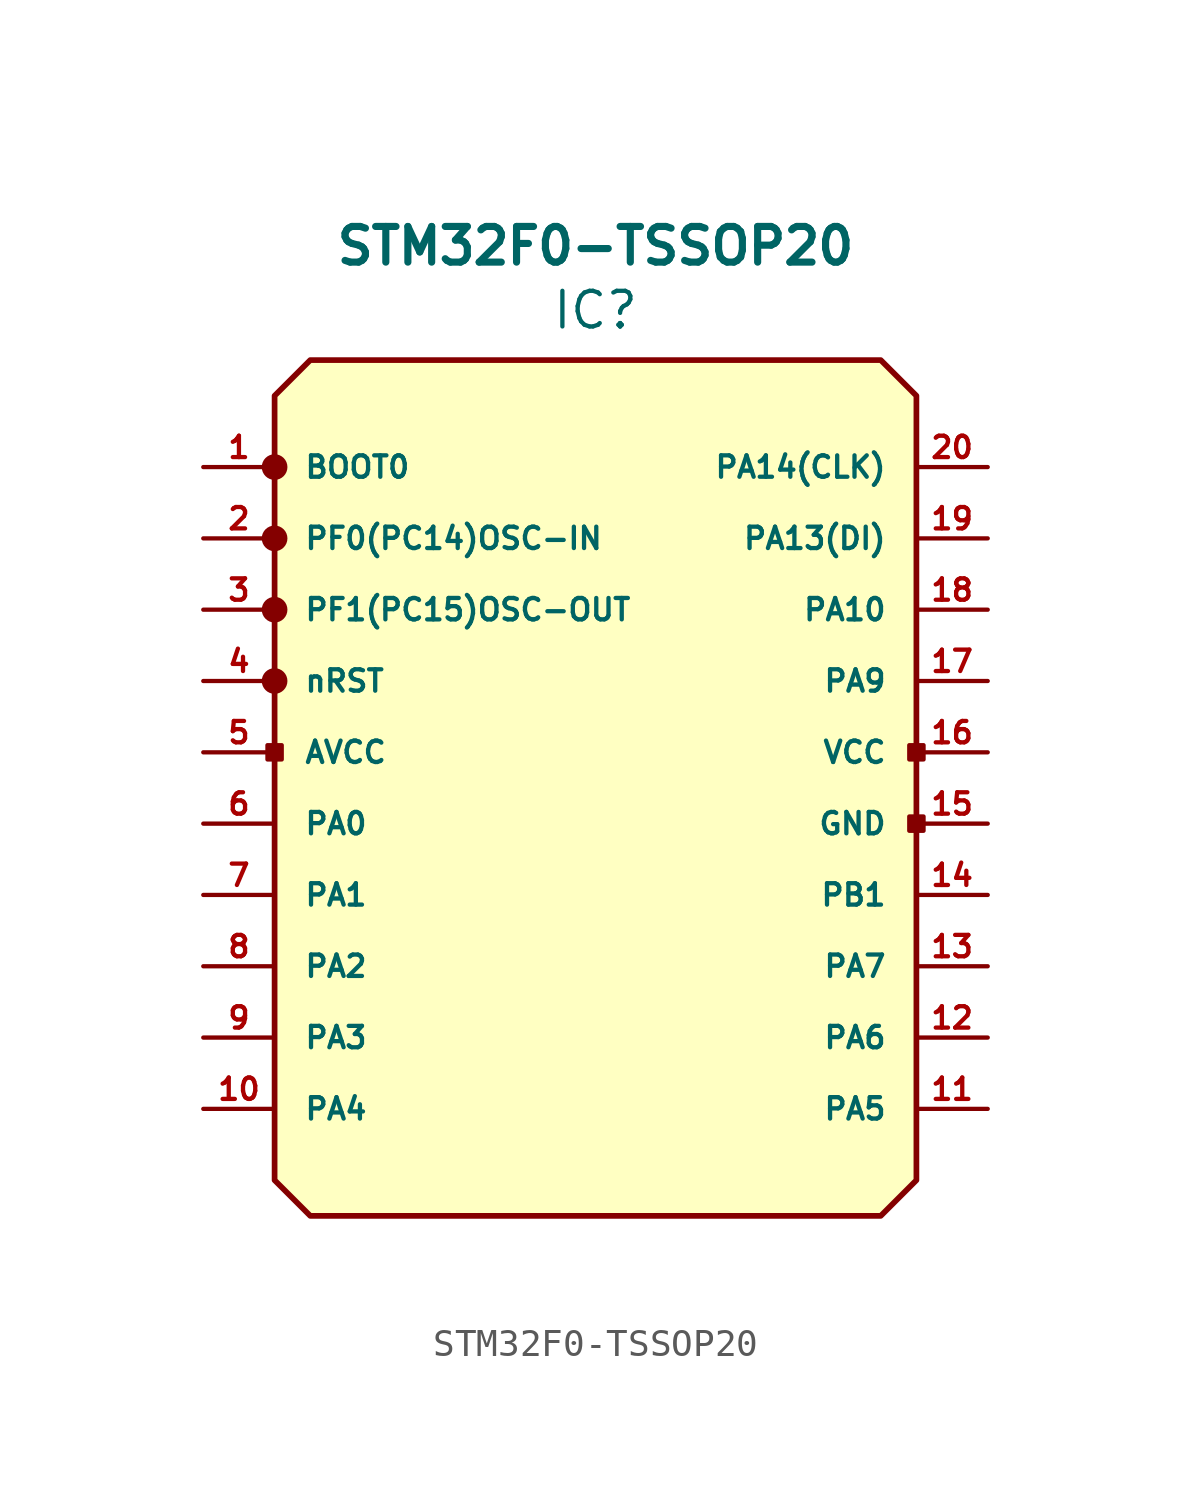
<source format=kicad_sym>
(kicad_symbol_lib
  (version 20231120)
  (generator "kicad_symbol_editor")
  (generator_version "8.0")
  (symbol "STM32F0-TSSOP20"
    (pin_names
      (offset 1.016))
    (property "Reference" "IC"
      (at 0 17.018 0)
      (effects (font (size 1.27 1.27))))
    (property "Value" "STM32F0-TSSOP20"
      (at 0 19.304 0)
      (effects (font (size 1.27 1.27) (bold yes))))
    (symbol "STM32F0-TSSOP20_0_1"
      (circle (center -11.43 3.81) (radius 0.381) (stroke (width 0) (type solid)) (fill (type outline)))
      (circle (center -11.43 6.35) (radius 0.381) (stroke (width 0) (type solid)) (fill (type outline)))
      (circle (center -11.43 8.89) (radius 0.381) (stroke (width 0) (type solid)) (fill (type outline)))
      (circle (center -11.43 11.43) (radius 0.381) (stroke (width 0) (type solid)) (fill (type outline)))
      (polyline (pts (xy -11.684 1.524) (xy -11.684 1.016) (xy -11.176 1.016) (xy -11.176 1.524) (xy -11.684 1.524)) (stroke (width 0) (type solid)) (fill (type outline)))
      (polyline (pts (xy 11.176 -1.016) (xy 11.176 -1.524) (xy 11.684 -1.524) (xy 11.684 -1.016) (xy 11.176 -1.016)) (stroke (width 0) (type solid)) (fill (type outline)))
      (polyline (pts (xy 11.176 1.524) (xy 11.176 1.016) (xy 11.684 1.016) (xy 11.684 1.524) (xy 11.176 1.524)) (stroke (width 0) (type solid)) (fill (type outline)))
      (polyline (pts (xy -6.35 -15.24) (xy -10.16 -15.24) (xy -11.43 -13.97) (xy -11.43 13.97) (xy -10.16 15.24) (xy 10.16 15.24) (xy 11.43 13.97) (xy 11.43 -13.97) (xy 10.16 -15.24) (xy -6.35 -15.24)) (stroke (width 0.203) (type solid)) (fill (type background))))
    (symbol "STM32F0-TSSOP20_1_1"
      (pin input line (at -13.97 11.43 0) (length 2.54) (name "BOOT0" (effects (font (size 0.762 0.762)))) (number "1" (effects (font (size 0.762 0.762)))))
      (pin bidirectional line (at -13.97 -11.43 0) (length 2.54) (name "PA4" (effects (font (size 0.762 0.762)))) (number "10" (effects (font (size 0.762 0.762)))))
      (pin bidirectional line (at 13.97 -11.43 180) (length 2.54) (name "PA5" (effects (font (size 0.762 0.762)))) (number "11" (effects (font (size 0.762 0.762)))))
      (pin bidirectional line (at 13.97 -8.89 180) (length 2.54) (name "PA6" (effects (font (size 0.762 0.762)))) (number "12" (effects (font (size 0.762 0.762)))))
      (pin bidirectional line (at 13.97 -6.35 180) (length 2.54) (name "PA7" (effects (font (size 0.762 0.762)))) (number "13" (effects (font (size 0.762 0.762)))))
      (pin bidirectional line (at 13.97 -3.81 180) (length 2.54) (name "PB1" (effects (font (size 0.762 0.762)))) (number "14" (effects (font (size 0.762 0.762)))))
      (pin power_in line (at 13.97 -1.27 180) (length 2.54) (name "GND" (effects (font (size 0.762 0.762)))) (number "15" (effects (font (size 0.762 0.762)))))
      (pin power_in line (at 13.97 1.27 180) (length 2.54) (name "VCC" (effects (font (size 0.762 0.762)))) (number "16" (effects (font (size 0.762 0.762)))))
      (pin bidirectional line (at 13.97 3.81 180) (length 2.54) (name "PA9" (effects (font (size 0.762 0.762)))) (number "17" (effects (font (size 0.762 0.762)))))
      (pin bidirectional line (at 13.97 6.35 180) (length 2.54) (name "PA10" (effects (font (size 0.762 0.762)))) (number "18" (effects (font (size 0.762 0.762)))))
      (pin bidirectional line (at 13.97 8.89 180) (length 2.54) (name "PA13(DI)" (effects (font (size 0.762 0.762)))) (number "19" (effects (font (size 0.762 0.762)))))
      (pin bidirectional line (at -13.97 8.89 0) (length 2.54) (name "PF0(PC14)OSC-IN" (effects (font (size 0.762 0.762)))) (number "2" (effects (font (size 0.762 0.762)))))
      (pin bidirectional line (at 13.97 11.43 180) (length 2.54) (name "PA14(CLK)" (effects (font (size 0.762 0.762)))) (number "20" (effects (font (size 0.762 0.762)))))
      (pin bidirectional line (at -13.97 6.35 0) (length 2.54) (name "PF1(PC15)OSC-OUT" (effects (font (size 0.762 0.762)))) (number "3" (effects (font (size 0.762 0.762)))))
      (pin input line (at -13.97 3.81 0) (length 2.54) (name "nRST" (effects (font (size 0.762 0.762)))) (number "4" (effects (font (size 0.762 0.762)))))
      (pin power_in line (at -13.97 1.27 0) (length 2.54) (name "AVCC" (effects (font (size 0.762 0.762)))) (number "5" (effects (font (size 0.762 0.762)))))
      (pin bidirectional line (at -13.97 -1.27 0) (length 2.54) (name "PA0" (effects (font (size 0.762 0.762)))) (number "6" (effects (font (size 0.762 0.762)))))
      (pin bidirectional line (at -13.97 -3.81 0) (length 2.54) (name "PA1" (effects (font (size 0.762 0.762)))) (number "7" (effects (font (size 0.762 0.762)))))
      (pin bidirectional line (at -13.97 -6.35 0) (length 2.54) (name "PA2" (effects (font (size 0.762 0.762)))) (number "8" (effects (font (size 0.762 0.762)))))
      (pin bidirectional line (at -13.97 -8.89 0) (length 2.54) (name "PA3" (effects (font (size 0.762 0.762)))) (number "9" (effects (font (size 0.762 0.762))))))))
</source>
